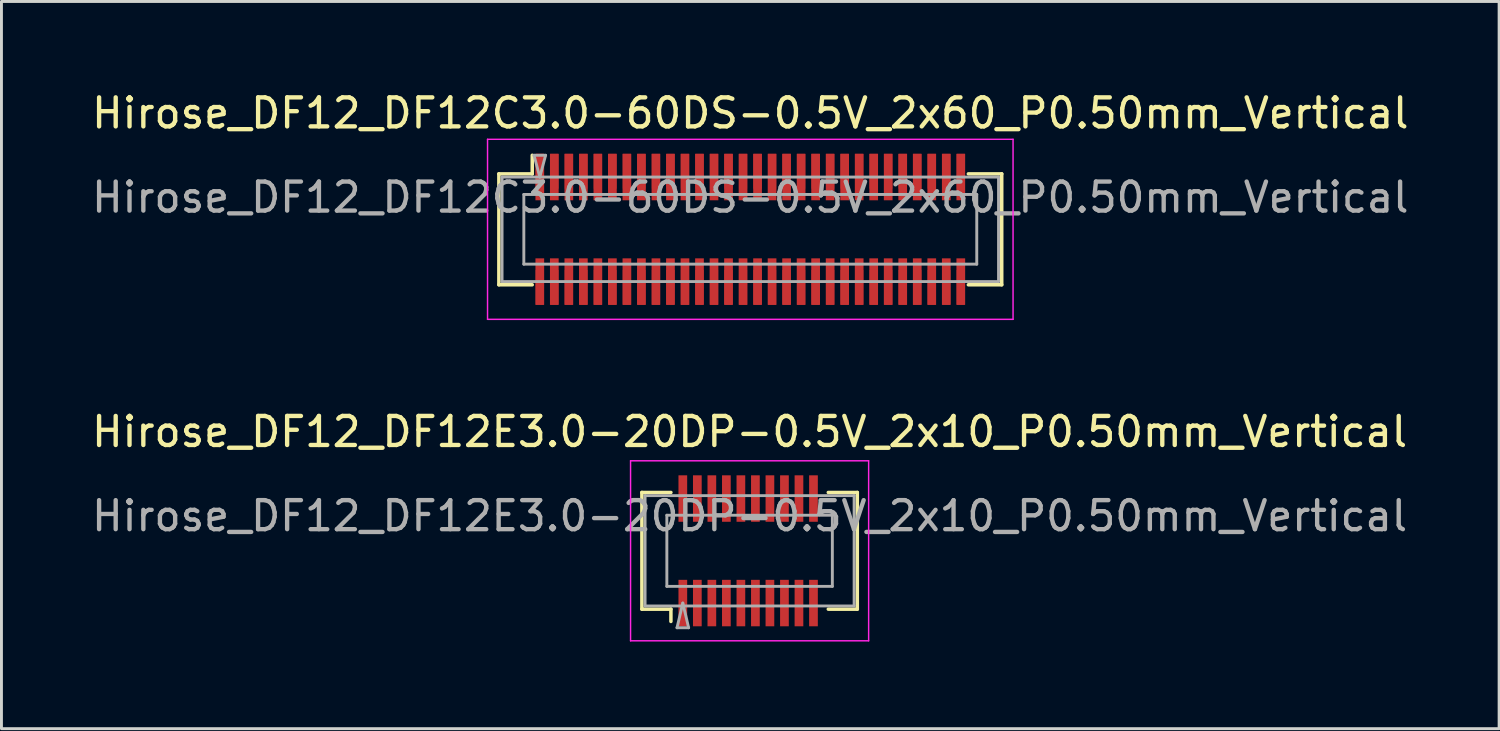
<source format=kicad_pcb>
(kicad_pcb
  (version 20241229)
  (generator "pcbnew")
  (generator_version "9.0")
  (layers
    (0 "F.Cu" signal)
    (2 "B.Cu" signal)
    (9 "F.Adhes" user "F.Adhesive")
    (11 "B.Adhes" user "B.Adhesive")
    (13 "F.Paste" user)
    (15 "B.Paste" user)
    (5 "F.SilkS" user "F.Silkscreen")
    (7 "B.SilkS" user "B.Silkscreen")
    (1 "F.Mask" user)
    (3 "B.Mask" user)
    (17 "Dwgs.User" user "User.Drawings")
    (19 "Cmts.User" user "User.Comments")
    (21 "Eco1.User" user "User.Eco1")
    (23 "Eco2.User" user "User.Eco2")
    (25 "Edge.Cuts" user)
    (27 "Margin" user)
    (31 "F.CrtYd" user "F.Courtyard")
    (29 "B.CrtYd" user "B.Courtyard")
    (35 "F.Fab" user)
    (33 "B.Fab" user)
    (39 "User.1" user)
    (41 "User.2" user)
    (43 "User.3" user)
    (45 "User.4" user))
  (footprint "Hirose_DF12_DF12E3.0-20DP-0.5V_2x10_P0.50mm_Vertical"
    (layer "F.Cu")
    (at 22.768 15.921)
    (property "Reference" "Hirose_DF12_DF12E3.0-20DP-0.5V_2x10_P0.50mm_Vertical" (at 0 -4.1 0) (layer "F.SilkS") (effects (font (size 1 1) (thickness 0.15))))
    (attr smd)
    (fp_line (start -3.71 -2.01) (end -2.71 -2.01) (stroke (width 0.12) (type solid)) (layer "F.SilkS"))
    (fp_line (start -3.71 2.01) (end -3.71 -2.01) (stroke (width 0.12) (type solid)) (layer "F.SilkS"))
    (fp_line (start -2.71 2.01) (end -3.71 2.01) (stroke (width 0.12) (type solid)) (layer "F.SilkS"))
    (fp_line (start -2.71 2.433) (end -2.71 2.01) (stroke (width 0.12) (type solid)) (layer "F.SilkS"))
    (fp_line (start 2.71 2.01) (end 3.71 2.01) (stroke (width 0.12) (type solid)) (layer "F.SilkS"))
    (fp_line (start 3.71 -2.01) (end 2.71 -2.01) (stroke (width 0.12) (type solid)) (layer "F.SilkS"))
    (fp_line (start 3.71 2.01) (end 3.71 -2.01) (stroke (width 0.12) (type solid)) (layer "F.SilkS"))
    (fp_line (start -4.1 -3.1) (end -4.1 3.1) (stroke (width 0.05) (type solid)) (layer "F.CrtYd"))
    (fp_line (start -4.1 3.1) (end 4.1 3.1) (stroke (width 0.05) (type solid)) (layer "F.CrtYd"))
    (fp_line (start 4.1 -3.1) (end -4.1 -3.1) (stroke (width 0.05) (type solid)) (layer "F.CrtYd"))
    (fp_line (start 4.1 3.1) (end 4.1 -3.1) (stroke (width 0.05) (type solid)) (layer "F.CrtYd"))
    (fp_line (start -3.6 -1.9) (end 3.6 -1.9) (stroke (width 0.1) (type solid)) (layer "F.Fab"))
    (fp_line (start -3.6 1.9) (end -3.6 -1.9) (stroke (width 0.1) (type solid)) (layer "F.Fab"))
    (fp_line (start -2.85 -1.225) (end 2.85 -1.225) (stroke (width 0.1) (type solid)) (layer "F.Fab"))
    (fp_line (start -2.85 1.225) (end -2.85 -1.225) (stroke (width 0.1) (type solid)) (layer "F.Fab"))
    (fp_line (start -2.5 2.65) (end -2.3 1.8) (stroke (width 0.1) (type solid)) (layer "F.Fab"))
    (fp_line (start -2.3 1.8) (end -2.1 2.65) (stroke (width 0.1) (type solid)) (layer "F.Fab"))
    (fp_line (start -2.1 2.65) (end -2.5 2.65) (stroke (width 0.1) (type solid)) (layer "F.Fab"))
    (fp_line (start 2.85 -1.225) (end 2.85 1.225) (stroke (width 0.1) (type solid)) (layer "F.Fab"))
    (fp_line (start 2.85 1.225) (end -2.85 1.225) (stroke (width 0.1) (type solid)) (layer "F.Fab"))
    (fp_line (start 3.6 -1.9) (end 3.6 1.9) (stroke (width 0.1) (type solid)) (layer "F.Fab"))
    (fp_line (start 3.6 1.9) (end -3.6 1.9) (stroke (width 0.1) (type solid)) (layer "F.Fab"))
    (fp_text user "${REFERENCE}" (at 0 -1.2 0) (layer "F.Fab") (effects (font (size 1 1) (thickness 0.15))))
    (pad "" smd rect (at -2.3 -2) (size 0.28 1.2) (layers "F.Paste"))
    (pad "" smd rect (at -2.3 2) (size 0.28 1.2) (layers "F.Paste"))
    (pad "" smd rect (at -1.8 -2) (size 0.28 1.2) (layers "F.Paste"))
    (pad "" smd rect (at -1.8 2) (size 0.28 1.2) (layers "F.Paste"))
    (pad "" smd rect (at -1.3 -2) (size 0.28 1.2) (layers "F.Paste"))
    (pad "" smd rect (at -1.3 2) (size 0.28 1.2) (layers "F.Paste"))
    (pad "" smd rect (at -0.8 -2) (size 0.28 1.2) (layers "F.Paste"))
    (pad "" smd rect (at -0.8 2) (size 0.28 1.2) (layers "F.Paste"))
    (pad "" smd rect (at -0.3 -2) (size 0.28 1.2) (layers "F.Paste"))
    (pad "" smd rect (at -0.3 2) (size 0.28 1.2) (layers "F.Paste"))
    (pad "" smd rect (at 0.2 -2) (size 0.28 1.2) (layers "F.Paste"))
    (pad "" smd rect (at 0.2 2) (size 0.28 1.2) (layers "F.Paste"))
    (pad "" smd rect (at 0.7 -2) (size 0.28 1.2) (layers "F.Paste"))
    (pad "" smd rect (at 0.7 2) (size 0.28 1.2) (layers "F.Paste"))
    (pad "" smd rect (at 1.2 -2) (size 0.28 1.2) (layers "F.Paste"))
    (pad "" smd rect (at 1.2 2) (size 0.28 1.2) (layers "F.Paste"))
    (pad "" smd rect (at 1.7 -2) (size 0.28 1.2) (layers "F.Paste"))
    (pad "" smd rect (at 1.7 2) (size 0.28 1.2) (layers "F.Paste"))
    (pad "" smd rect (at 2.2 -2) (size 0.28 1.2) (layers "F.Paste"))
    (pad "" smd rect (at 2.2 2) (size 0.28 1.2) (layers "F.Paste"))
    (pad "1" smd rect (at -2.3 1.8) (size 0.3 1.6) (layers "F.Cu" "F.Mask"))
    (pad "2" smd rect (at -1.8 1.8) (size 0.3 1.6) (layers "F.Cu" "F.Mask"))
    (pad "3" smd rect (at -1.3 1.8) (size 0.3 1.6) (layers "F.Cu" "F.Mask"))
    (pad "4" smd rect (at -0.8 1.8) (size 0.3 1.6) (layers "F.Cu" "F.Mask"))
    (pad "5" smd rect (at -0.3 1.8) (size 0.3 1.6) (layers "F.Cu" "F.Mask"))
    (pad "6" smd rect (at 0.2 1.8) (size 0.3 1.6) (layers "F.Cu" "F.Mask"))
    (pad "7" smd rect (at 0.7 1.8) (size 0.3 1.6) (layers "F.Cu" "F.Mask"))
    (pad "8" smd rect (at 1.2 1.8) (size 0.3 1.6) (layers "F.Cu" "F.Mask"))
    (pad "9" smd rect (at 1.7 1.8) (size 0.3 1.6) (layers "F.Cu" "F.Mask"))
    (pad "10" smd rect (at 2.2 1.8) (size 0.3 1.6) (layers "F.Cu" "F.Mask"))
    (pad "11" smd rect (at -2.3 -1.8) (size 0.3 1.6) (layers "F.Cu" "F.Mask"))
    (pad "12" smd rect (at -1.8 -1.8) (size 0.3 1.6) (layers "F.Cu" "F.Mask"))
    (pad "13" smd rect (at -1.3 -1.8) (size 0.3 1.6) (layers "F.Cu" "F.Mask"))
    (pad "14" smd rect (at -0.8 -1.8) (size 0.3 1.6) (layers "F.Cu" "F.Mask"))
    (pad "15" smd rect (at -0.3 -1.8) (size 0.3 1.6) (layers "F.Cu" "F.Mask"))
    (pad "16" smd rect (at 0.2 -1.8) (size 0.3 1.6) (layers "F.Cu" "F.Mask"))
    (pad "17" smd rect (at 0.7 -1.8) (size 0.3 1.6) (layers "F.Cu" "F.Mask"))
    (pad "18" smd rect (at 1.2 -1.8) (size 0.3 1.6) (layers "F.Cu" "F.Mask"))
    (pad "19" smd rect (at 1.7 -1.8) (size 0.3 1.6) (layers "F.Cu" "F.Mask"))
    (pad "20" smd rect (at 2.2 -1.8) (size 0.3 1.6) (layers "F.Cu" "F.Mask")))
  (footprint "Hirose_DF12_DF12C3.0-60DS-0.5V_2x60_P0.50mm_Vertical"
    (layer "F.Cu")
    (at 22.792 4.848)
    (property "Reference" "Hirose_DF12_DF12C3.0-60DS-0.5V_2x60_P0.50mm_Vertical" (at 0 -4 0) (layer "F.SilkS") (effects (font (size 1 1) (thickness 0.15))))
    (attr smd)
    (fp_line (start -8.66 -1.91) (end -7.51 -1.91) (stroke (width 0.12) (type solid)) (layer "F.SilkS"))
    (fp_line (start -8.66 1.91) (end -8.66 -1.91) (stroke (width 0.12) (type solid)) (layer "F.SilkS"))
    (fp_line (start -7.51 -1.91) (end -7.51 -2.55) (stroke (width 0.12) (type solid)) (layer "F.SilkS"))
    (fp_line (start -7.51 1.91) (end -8.66 1.91) (stroke (width 0.12) (type solid)) (layer "F.SilkS"))
    (fp_line (start 7.51 1.91) (end 8.66 1.91) (stroke (width 0.12) (type solid)) (layer "F.SilkS"))
    (fp_line (start 8.66 -1.91) (end 7.51 -1.91) (stroke (width 0.12) (type solid)) (layer "F.SilkS"))
    (fp_line (start 8.66 1.91) (end 8.66 -1.91) (stroke (width 0.12) (type solid)) (layer "F.SilkS"))
    (fp_line (start -9.05 -3.1) (end -9.05 3.1) (stroke (width 0.05) (type solid)) (layer "F.CrtYd"))
    (fp_line (start -9.05 3.1) (end 9.05 3.1) (stroke (width 0.05) (type solid)) (layer "F.CrtYd"))
    (fp_line (start 9.05 -3.1) (end -9.05 -3.1) (stroke (width 0.05) (type solid)) (layer "F.CrtYd"))
    (fp_line (start 9.05 3.1) (end 9.05 -3.1) (stroke (width 0.05) (type solid)) (layer "F.CrtYd"))
    (fp_line (start -8.55 -1.8) (end 8.55 -1.8) (stroke (width 0.1) (type solid)) (layer "F.Fab"))
    (fp_line (start -8.55 1.8) (end -8.55 -1.8) (stroke (width 0.1) (type solid)) (layer "F.Fab"))
    (fp_line (start -7.8 -1.2) (end 7.8 -1.2) (stroke (width 0.1) (type solid)) (layer "F.Fab"))
    (fp_line (start -7.8 1.2) (end -7.8 -1.2) (stroke (width 0.1) (type solid)) (layer "F.Fab"))
    (fp_line (start -7.45 -2.55) (end -7.25 -1.8) (stroke (width 0.1) (type solid)) (layer "F.Fab"))
    (fp_line (start -7.25 -1.8) (end -7.05 -2.55) (stroke (width 0.1) (type solid)) (layer "F.Fab"))
    (fp_line (start -7.05 -2.55) (end -7.45 -2.55) (stroke (width 0.1) (type solid)) (layer "F.Fab"))
    (fp_line (start 7.8 -1.2) (end 7.8 1.2) (stroke (width 0.1) (type solid)) (layer "F.Fab"))
    (fp_line (start 7.8 1.2) (end -7.8 1.2) (stroke (width 0.1) (type solid)) (layer "F.Fab"))
    (fp_line (start 8.55 -1.8) (end 8.55 1.8) (stroke (width 0.1) (type solid)) (layer "F.Fab"))
    (fp_line (start 8.55 1.8) (end -8.55 1.8) (stroke (width 0.1) (type solid)) (layer "F.Fab"))
    (fp_text user "${REFERENCE}" (at 0 -1.1 0) (layer "F.Fab") (effects (font (size 1 1) (thickness 0.15))))
    (pad "" smd rect (at -7.25 -2) (size 0.28 1.2) (layers "F.Cu" "F.Paste"))
    (pad "" smd rect (at -7.25 2) (size 0.28 1.2) (layers "F.Cu" "F.Paste"))
    (pad "" smd rect (at -6.75 -2) (size 0.28 1.2) (layers "F.Cu" "F.Paste"))
    (pad "" smd rect (at -6.75 2) (size 0.28 1.2) (layers "F.Cu" "F.Paste"))
    (pad "" smd rect (at -6.25 -2) (size 0.28 1.2) (layers "F.Cu" "F.Paste"))
    (pad "" smd rect (at -6.25 2) (size 0.28 1.2) (layers "F.Cu" "F.Paste"))
    (pad "" smd rect (at -5.75 -2) (size 0.28 1.2) (layers "F.Cu" "F.Paste"))
    (pad "" smd rect (at -5.75 2) (size 0.28 1.2) (layers "F.Cu" "F.Paste"))
    (pad "" smd rect (at -5.25 -2) (size 0.28 1.2) (layers "F.Cu" "F.Paste"))
    (pad "" smd rect (at -5.25 2) (size 0.28 1.2) (layers "F.Cu" "F.Paste"))
    (pad "" smd rect (at -4.75 -2) (size 0.28 1.2) (layers "F.Cu" "F.Paste"))
    (pad "" smd rect (at -4.75 2) (size 0.28 1.2) (layers "F.Cu" "F.Paste"))
    (pad "" smd rect (at -4.25 -2) (size 0.28 1.2) (layers "F.Cu" "F.Paste"))
    (pad "" smd rect (at -4.25 2) (size 0.28 1.2) (layers "F.Cu" "F.Paste"))
    (pad "" smd rect (at -3.75 -2) (size 0.28 1.2) (layers "F.Cu" "F.Paste"))
    (pad "" smd rect (at -3.75 2) (size 0.28 1.2) (layers "F.Cu" "F.Paste"))
    (pad "" smd rect (at -3.25 -2) (size 0.28 1.2) (layers "F.Cu" "F.Paste"))
    (pad "" smd rect (at -3.25 2) (size 0.28 1.2) (layers "F.Cu" "F.Paste"))
    (pad "" smd rect (at -2.75 -2) (size 0.28 1.2) (layers "F.Cu" "F.Paste"))
    (pad "" smd rect (at -2.75 2) (size 0.28 1.2) (layers "F.Cu" "F.Paste"))
    (pad "" smd rect (at -2.25 -2) (size 0.28 1.2) (layers "F.Cu" "F.Paste"))
    (pad "" smd rect (at -2.25 2) (size 0.28 1.2) (layers "F.Cu" "F.Paste"))
    (pad "" smd rect (at -1.75 -2) (size 0.28 1.2) (layers "F.Cu" "F.Paste"))
    (pad "" smd rect (at -1.75 2) (size 0.28 1.2) (layers "F.Cu" "F.Paste"))
    (pad "" smd rect (at -1.25 -2) (size 0.28 1.2) (layers "F.Cu" "F.Paste"))
    (pad "" smd rect (at -1.25 2) (size 0.28 1.2) (layers "F.Cu" "F.Paste"))
    (pad "" smd rect (at -0.75 -2) (size 0.28 1.2) (layers "F.Cu" "F.Paste"))
    (pad "" smd rect (at -0.75 2) (size 0.28 1.2) (layers "F.Cu" "F.Paste"))
    (pad "" smd rect (at -0.25 -2) (size 0.28 1.2) (layers "F.Cu" "F.Paste"))
    (pad "" smd rect (at -0.25 2) (size 0.28 1.2) (layers "F.Cu" "F.Paste"))
    (pad "" smd rect (at 0.25 -2) (size 0.28 1.2) (layers "F.Cu" "F.Paste"))
    (pad "" smd rect (at 0.25 2) (size 0.28 1.2) (layers "F.Cu" "F.Paste"))
    (pad "" smd rect (at 0.75 -2) (size 0.28 1.2) (layers "F.Cu" "F.Paste"))
    (pad "" smd rect (at 0.75 2) (size 0.28 1.2) (layers "F.Cu" "F.Paste"))
    (pad "" smd rect (at 1.25 -2) (size 0.28 1.2) (layers "F.Cu" "F.Paste"))
    (pad "" smd rect (at 1.25 2) (size 0.28 1.2) (layers "F.Cu" "F.Paste"))
    (pad "" smd rect (at 1.75 -2) (size 0.28 1.2) (layers "F.Cu" "F.Paste"))
    (pad "" smd rect (at 1.75 2) (size 0.28 1.2) (layers "F.Cu" "F.Paste"))
    (pad "" smd rect (at 2.25 -2) (size 0.28 1.2) (layers "F.Cu" "F.Paste"))
    (pad "" smd rect (at 2.25 2) (size 0.28 1.2) (layers "F.Cu" "F.Paste"))
    (pad "" smd rect (at 2.75 -2) (size 0.28 1.2) (layers "F.Cu" "F.Paste"))
    (pad "" smd rect (at 2.75 2) (size 0.28 1.2) (layers "F.Cu" "F.Paste"))
    (pad "" smd rect (at 3.25 -2) (size 0.28 1.2) (layers "F.Cu" "F.Paste"))
    (pad "" smd rect (at 3.25 2) (size 0.28 1.2) (layers "F.Cu" "F.Paste"))
    (pad "" smd rect (at 3.75 -2) (size 0.28 1.2) (layers "F.Cu" "F.Paste"))
    (pad "" smd rect (at 3.75 2) (size 0.28 1.2) (layers "F.Cu" "F.Paste"))
    (pad "" smd rect (at 4.25 -2) (size 0.28 1.2) (layers "F.Cu" "F.Paste"))
    (pad "" smd rect (at 4.25 2) (size 0.28 1.2) (layers "F.Cu" "F.Paste"))
    (pad "" smd rect (at 4.75 -2) (size 0.28 1.2) (layers "F.Cu" "F.Paste"))
    (pad "" smd rect (at 4.75 2) (size 0.28 1.2) (layers "F.Cu" "F.Paste"))
    (pad "" smd rect (at 5.25 -2) (size 0.28 1.2) (layers "F.Cu" "F.Paste"))
    (pad "" smd rect (at 5.25 2) (size 0.28 1.2) (layers "F.Cu" "F.Paste"))
    (pad "" smd rect (at 5.75 -2) (size 0.28 1.2) (layers "F.Cu" "F.Paste"))
    (pad "" smd rect (at 5.75 2) (size 0.28 1.2) (layers "F.Cu" "F.Paste"))
    (pad "" smd rect (at 6.25 -2) (size 0.28 1.2) (layers "F.Cu" "F.Paste"))
    (pad "" smd rect (at 6.25 2) (size 0.28 1.2) (layers "F.Cu" "F.Paste"))
    (pad "" smd rect (at 6.75 -2) (size 0.28 1.2) (layers "F.Cu" "F.Paste"))
    (pad "" smd rect (at 6.75 2) (size 0.28 1.2) (layers "F.Cu" "F.Paste"))
    (pad "" smd rect (at 7.25 -2) (size 0.28 1.2) (layers "F.Cu" "F.Paste"))
    (pad "" smd rect (at 7.25 2) (size 0.28 1.2) (layers "F.Cu" "F.Paste"))
    (pad "1" smd rect (at -7.25 -1.8) (size 0.3 1.6) (layers "F.Cu" "F.Mask"))
    (pad "2" smd rect (at -6.75 -1.8) (size 0.3 1.6) (layers "F.Cu" "F.Mask"))
    (pad "3" smd rect (at -6.25 -1.8) (size 0.3 1.6) (layers "F.Cu" "F.Mask"))
    (pad "4" smd rect (at -5.75 -1.8) (size 0.3 1.6) (layers "F.Cu" "F.Mask"))
    (pad "5" smd rect (at -5.25 -1.8) (size 0.3 1.6) (layers "F.Cu" "F.Mask"))
    (pad "6" smd rect (at -4.75 -1.8) (size 0.3 1.6) (layers "F.Cu" "F.Mask"))
    (pad "7" smd rect (at -4.25 -1.8) (size 0.3 1.6) (layers "F.Cu" "F.Mask"))
    (pad "8" smd rect (at -3.75 -1.8) (size 0.3 1.6) (layers "F.Cu" "F.Mask"))
    (pad "9" smd rect (at -3.25 -1.8) (size 0.3 1.6) (layers "F.Cu" "F.Mask"))
    (pad "10" smd rect (at -2.75 -1.8) (size 0.3 1.6) (layers "F.Cu" "F.Mask"))
    (pad "11" smd rect (at -2.25 -1.8) (size 0.3 1.6) (layers "F.Cu" "F.Mask"))
    (pad "12" smd rect (at -1.75 -1.8) (size 0.3 1.6) (layers "F.Cu" "F.Mask"))
    (pad "13" smd rect (at -1.25 -1.8) (size 0.3 1.6) (layers "F.Cu" "F.Mask"))
    (pad "14" smd rect (at -0.75 -1.8) (size 0.3 1.6) (layers "F.Cu" "F.Mask"))
    (pad "15" smd rect (at -0.25 -1.8) (size 0.3 1.6) (layers "F.Cu" "F.Mask"))
    (pad "16" smd rect (at 0.25 -1.8) (size 0.3 1.6) (layers "F.Cu" "F.Mask"))
    (pad "17" smd rect (at 0.75 -1.8) (size 0.3 1.6) (layers "F.Cu" "F.Mask"))
    (pad "18" smd rect (at 1.25 -1.8) (size 0.3 1.6) (layers "F.Cu" "F.Mask"))
    (pad "19" smd rect (at 1.75 -1.8) (size 0.3 1.6) (layers "F.Cu" "F.Mask"))
    (pad "20" smd rect (at 2.25 -1.8) (size 0.3 1.6) (layers "F.Cu" "F.Mask"))
    (pad "21" smd rect (at 2.75 -1.8) (size 0.3 1.6) (layers "F.Cu" "F.Mask"))
    (pad "22" smd rect (at 3.25 -1.8) (size 0.3 1.6) (layers "F.Cu" "F.Mask"))
    (pad "23" smd rect (at 3.75 -1.8) (size 0.3 1.6) (layers "F.Cu" "F.Mask"))
    (pad "24" smd rect (at 4.25 -1.8) (size 0.3 1.6) (layers "F.Cu" "F.Mask"))
    (pad "25" smd rect (at 4.75 -1.8) (size 0.3 1.6) (layers "F.Cu" "F.Mask"))
    (pad "26" smd rect (at 5.25 -1.8) (size 0.3 1.6) (layers "F.Cu" "F.Mask"))
    (pad "27" smd rect (at 5.75 -1.8) (size 0.3 1.6) (layers "F.Cu" "F.Mask"))
    (pad "28" smd rect (at 6.25 -1.8) (size 0.3 1.6) (layers "F.Cu" "F.Mask"))
    (pad "29" smd rect (at 6.75 -1.8) (size 0.3 1.6) (layers "F.Cu" "F.Mask"))
    (pad "30" smd rect (at 7.25 -1.8) (size 0.3 1.6) (layers "F.Cu" "F.Mask"))
    (pad "31" smd rect (at -7.25 1.8) (size 0.3 1.6) (layers "F.Cu" "F.Mask"))
    (pad "32" smd rect (at -6.75 1.8) (size 0.3 1.6) (layers "F.Cu" "F.Mask"))
    (pad "33" smd rect (at -6.25 1.8) (size 0.3 1.6) (layers "F.Cu" "F.Mask"))
    (pad "34" smd rect (at -5.75 1.8) (size 0.3 1.6) (layers "F.Cu" "F.Mask"))
    (pad "35" smd rect (at -5.25 1.8) (size 0.3 1.6) (layers "F.Cu" "F.Mask"))
    (pad "36" smd rect (at -4.75 1.8) (size 0.3 1.6) (layers "F.Cu" "F.Mask"))
    (pad "37" smd rect (at -4.25 1.8) (size 0.3 1.6) (layers "F.Cu" "F.Mask"))
    (pad "38" smd rect (at -3.75 1.8) (size 0.3 1.6) (layers "F.Cu" "F.Mask"))
    (pad "39" smd rect (at -3.25 1.8) (size 0.3 1.6) (layers "F.Cu" "F.Mask"))
    (pad "40" smd rect (at -2.75 1.8) (size 0.3 1.6) (layers "F.Cu" "F.Mask"))
    (pad "41" smd rect (at -2.25 1.8) (size 0.3 1.6) (layers "F.Cu" "F.Mask"))
    (pad "42" smd rect (at -1.75 1.8) (size 0.3 1.6) (layers "F.Cu" "F.Mask"))
    (pad "43" smd rect (at -1.25 1.8) (size 0.3 1.6) (layers "F.Cu" "F.Mask"))
    (pad "44" smd rect (at -0.75 1.8) (size 0.3 1.6) (layers "F.Cu" "F.Mask"))
    (pad "45" smd rect (at -0.25 1.8) (size 0.3 1.6) (layers "F.Cu" "F.Mask"))
    (pad "46" smd rect (at 0.25 1.8) (size 0.3 1.6) (layers "F.Cu" "F.Mask"))
    (pad "47" smd rect (at 0.75 1.8) (size 0.3 1.6) (layers "F.Cu" "F.Mask"))
    (pad "48" smd rect (at 1.25 1.8) (size 0.3 1.6) (layers "F.Cu" "F.Mask"))
    (pad "49" smd rect (at 1.75 1.8) (size 0.3 1.6) (layers "F.Cu" "F.Mask"))
    (pad "50" smd rect (at 2.25 1.8) (size 0.3 1.6) (layers "F.Cu" "F.Mask"))
    (pad "51" smd rect (at 2.75 1.8) (size 0.3 1.6) (layers "F.Cu" "F.Mask"))
    (pad "52" smd rect (at 3.25 1.8) (size 0.3 1.6) (layers "F.Cu" "F.Mask"))
    (pad "53" smd rect (at 3.75 1.8) (size 0.3 1.6) (layers "F.Cu" "F.Mask"))
    (pad "54" smd rect (at 4.25 1.8) (size 0.3 1.6) (layers "F.Cu" "F.Mask"))
    (pad "55" smd rect (at 4.75 1.8) (size 0.3 1.6) (layers "F.Cu" "F.Mask"))
    (pad "56" smd rect (at 5.25 1.8) (size 0.3 1.6) (layers "F.Cu" "F.Mask"))
    (pad "57" smd rect (at 5.75 1.8) (size 0.3 1.6) (layers "F.Cu" "F.Mask"))
    (pad "58" smd rect (at 6.25 1.8) (size 0.3 1.6) (layers "F.Cu" "F.Mask"))
    (pad "59" smd rect (at 6.75 1.8) (size 0.3 1.6) (layers "F.Cu" "F.Mask"))
    (pad "60" smd rect (at 7.25 1.8) (size 0.3 1.6) (layers "F.Cu" "F.Mask")))
  (gr_rect
    (start -3 -3)
    (end 48.583 22.047)
    (stroke (width 0.1) (type default))
    (fill no)
    (layer "Edge.Cuts")))
</source>
